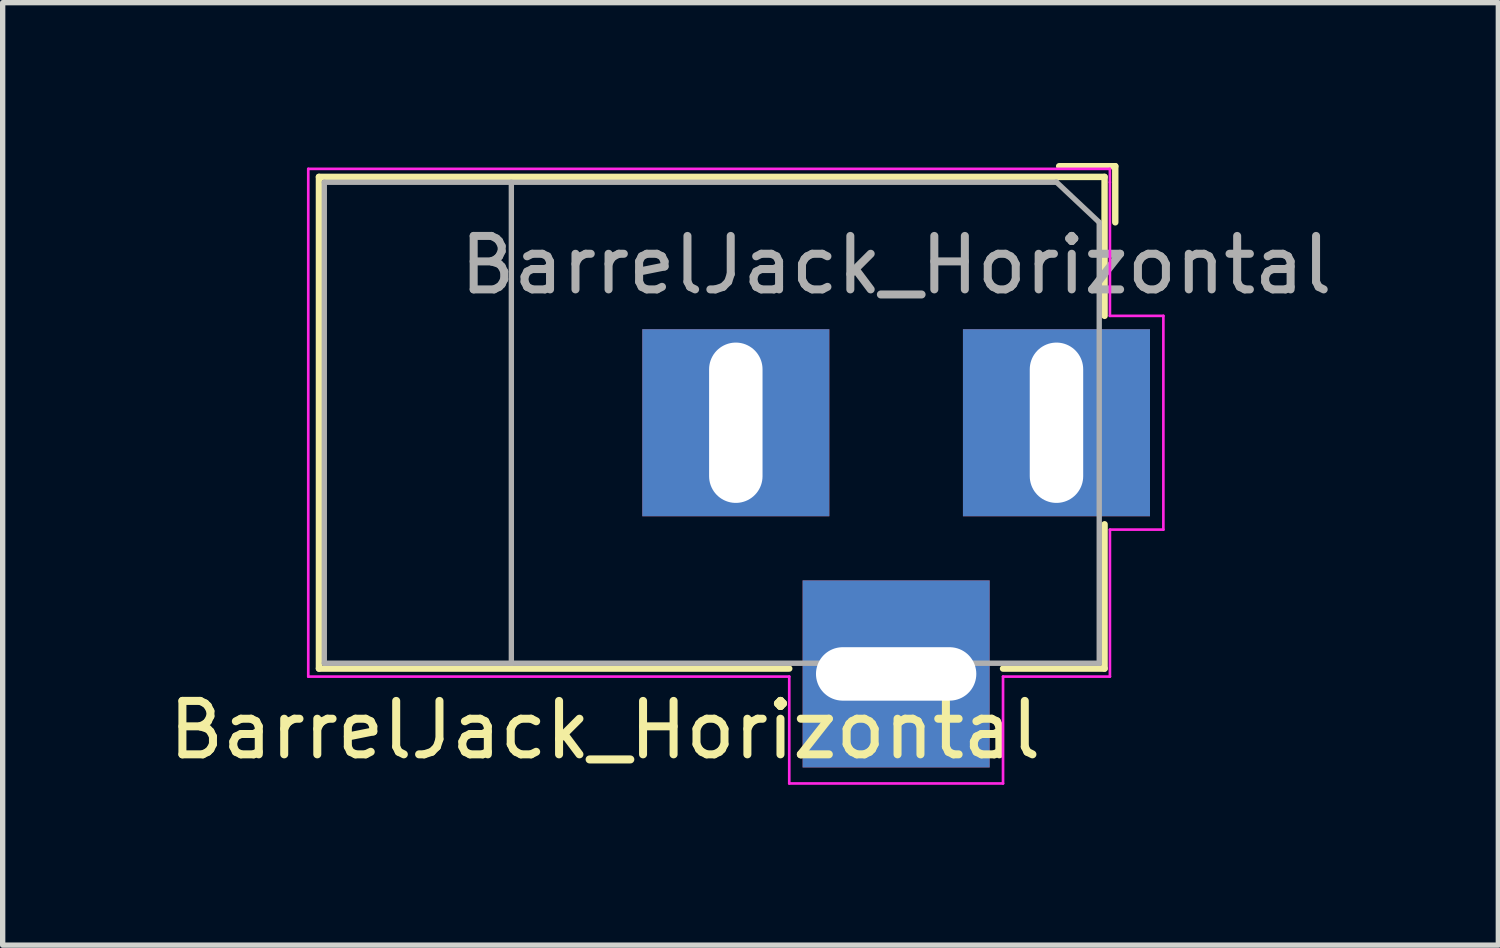
<source format=kicad_pcb>
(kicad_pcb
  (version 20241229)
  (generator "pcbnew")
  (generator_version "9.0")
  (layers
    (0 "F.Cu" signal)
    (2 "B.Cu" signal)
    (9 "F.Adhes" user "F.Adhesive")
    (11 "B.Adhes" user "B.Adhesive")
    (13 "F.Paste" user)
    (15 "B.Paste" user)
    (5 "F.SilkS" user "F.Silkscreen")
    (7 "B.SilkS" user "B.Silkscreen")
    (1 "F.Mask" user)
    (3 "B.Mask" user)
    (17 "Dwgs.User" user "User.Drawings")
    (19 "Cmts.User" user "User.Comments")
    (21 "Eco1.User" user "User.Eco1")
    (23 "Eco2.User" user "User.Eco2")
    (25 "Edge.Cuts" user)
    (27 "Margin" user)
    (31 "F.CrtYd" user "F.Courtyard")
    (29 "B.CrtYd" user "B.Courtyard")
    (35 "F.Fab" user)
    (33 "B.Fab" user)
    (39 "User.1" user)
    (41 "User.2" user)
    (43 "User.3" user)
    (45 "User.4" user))
  (footprint "BarrelJack_Horizontal"
    (layer "F.Cu")
    (at 16.718 4.86)
    (property "Reference" "BarrelJack_Horizontal" (at -8.45 5.75 0) (layer "F.SilkS") (effects (font (size 1 1) (thickness 0.15))))
    (attr through_hole)
    (fp_line (start -13.8 -4.6) (end 0.9 -4.6) (stroke (width 0.12) (type solid)) (layer "F.SilkS"))
    (fp_line (start -13.8 4.6) (end -13.8 -4.6) (stroke (width 0.12) (type solid)) (layer "F.SilkS"))
    (fp_line (start -5 4.6) (end -13.8 4.6) (stroke (width 0.12) (type solid)) (layer "F.SilkS"))
    (fp_line (start 0.05 -4.8) (end 1.1 -4.8) (stroke (width 0.12) (type solid)) (layer "F.SilkS"))
    (fp_line (start 0.9 -4.6) (end 0.9 -2) (stroke (width 0.12) (type solid)) (layer "F.SilkS"))
    (fp_line (start 0.9 1.9) (end 0.9 4.6) (stroke (width 0.12) (type solid)) (layer "F.SilkS"))
    (fp_line (start 0.9 4.6) (end -1 4.6) (stroke (width 0.12) (type solid)) (layer "F.SilkS"))
    (fp_line (start 1.1 -3.75) (end 1.1 -4.8) (stroke (width 0.12) (type solid)) (layer "F.SilkS"))
    (fp_line (start -14 4.75) (end -14 -4.75) (stroke (width 0.05) (type solid)) (layer "F.CrtYd"))
    (fp_line (start -5 4.75) (end -14 4.75) (stroke (width 0.05) (type solid)) (layer "F.CrtYd"))
    (fp_line (start -5 6.75) (end -5 4.75) (stroke (width 0.05) (type solid)) (layer "F.CrtYd"))
    (fp_line (start -1 4.75) (end -1 6.75) (stroke (width 0.05) (type solid)) (layer "F.CrtYd"))
    (fp_line (start -1 6.75) (end -5 6.75) (stroke (width 0.05) (type solid)) (layer "F.CrtYd"))
    (fp_line (start 1 -4.75) (end -14 -4.75) (stroke (width 0.05) (type solid)) (layer "F.CrtYd"))
    (fp_line (start 1 -4.5) (end 1 -4.75) (stroke (width 0.05) (type solid)) (layer "F.CrtYd"))
    (fp_line (start 1 -4.5) (end 1 -2) (stroke (width 0.05) (type solid)) (layer "F.CrtYd"))
    (fp_line (start 1 -2) (end 2 -2) (stroke (width 0.05) (type solid)) (layer "F.CrtYd"))
    (fp_line (start 1 2) (end 1 4.75) (stroke (width 0.05) (type solid)) (layer "F.CrtYd"))
    (fp_line (start 1 4.75) (end -1 4.75) (stroke (width 0.05) (type solid)) (layer "F.CrtYd"))
    (fp_line (start 2 -2) (end 2 2) (stroke (width 0.05) (type solid)) (layer "F.CrtYd"))
    (fp_line (start 2 2) (end 1 2) (stroke (width 0.05) (type solid)) (layer "F.CrtYd"))
    (fp_line (start -13.7 -4.5) (end -13.7 4.5) (stroke (width 0.1) (type solid)) (layer "F.Fab"))
    (fp_line (start -13.7 4.5) (end 0.8 4.5) (stroke (width 0.1) (type solid)) (layer "F.Fab"))
    (fp_line (start -10.2 -4.5) (end -10.2 4.5) (stroke (width 0.1) (type solid)) (layer "F.Fab"))
    (fp_line (start -0.003 -4.505) (end 0.8 -3.75) (stroke (width 0.1) (type solid)) (layer "F.Fab"))
    (fp_line (start 0 -4.5) (end -13.7 -4.5) (stroke (width 0.1) (type solid)) (layer "F.Fab"))
    (fp_line (start 0.8 4.5) (end 0.8 -3.75) (stroke (width 0.1) (type solid)) (layer "F.Fab"))
    (fp_text user "${REFERENCE}" (at -3 -2.95 0) (layer "F.Fab") (effects (font (size 1 1) (thickness 0.15))))
    (pad "1" thru_hole rect (at 0 0) (size 3.5 3.5) (drill oval 1 3) (layers "*.Cu" "*.Mask"))
    (pad "2" thru_hole rect (at -6 0) (size 3.5 3.5) (drill oval 1 3) (layers "*.Cu" "*.Mask"))
    (pad "3" thru_hole rect (at -3 4.7) (size 3.5 3.5) (drill oval 3 1) (layers "*.Cu" "*.Mask")))
  (gr_rect
    (start -3 -3)
    (end 24.986 14.635)
    (stroke (width 0.1) (type default))
    (fill no)
    (layer "Edge.Cuts")))
</source>
